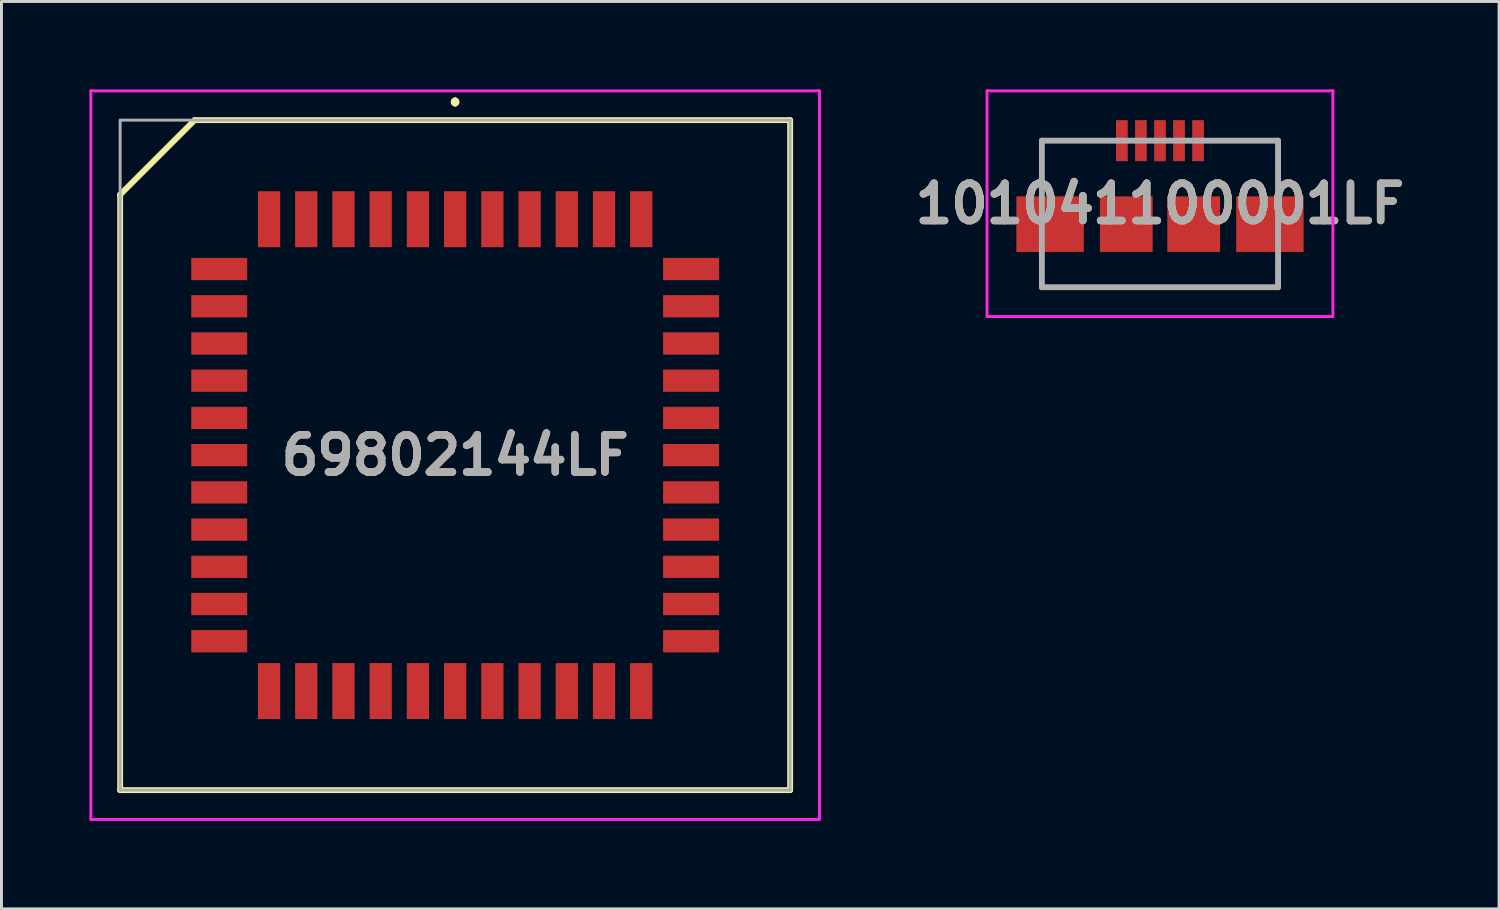
<source format=kicad_pcb>
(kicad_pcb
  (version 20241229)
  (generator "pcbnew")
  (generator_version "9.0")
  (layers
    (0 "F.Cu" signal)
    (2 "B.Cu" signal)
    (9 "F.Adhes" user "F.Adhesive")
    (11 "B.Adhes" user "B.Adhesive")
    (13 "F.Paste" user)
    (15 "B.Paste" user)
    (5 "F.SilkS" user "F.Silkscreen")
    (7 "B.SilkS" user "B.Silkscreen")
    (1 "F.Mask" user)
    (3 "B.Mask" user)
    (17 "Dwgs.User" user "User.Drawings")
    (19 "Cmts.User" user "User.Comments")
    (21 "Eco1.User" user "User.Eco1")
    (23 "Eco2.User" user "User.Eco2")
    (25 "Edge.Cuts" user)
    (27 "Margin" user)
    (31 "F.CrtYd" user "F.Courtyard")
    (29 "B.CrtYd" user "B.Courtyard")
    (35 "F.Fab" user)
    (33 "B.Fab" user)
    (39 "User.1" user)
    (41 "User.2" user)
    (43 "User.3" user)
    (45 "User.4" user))
  (footprint "101041100001LF"
    (layer "F.Cu")
    (at 36.529 4.6)
    (property "Reference" "101041100001LF" (at 0 -0.7 0) (layer "F.SilkS") (effects (font (size 1.27 1.27) (thickness 0.254))))
    (attr smd)
    (fp_line (start -4.03 -2.85) (end -2 -2.85) (stroke (width 0.15) (type solid)) (layer "F.SilkS"))
    (fp_line (start -4.03 -1.35) (end -4.03 -2.85) (stroke (width 0.15) (type solid)) (layer "F.SilkS"))
    (fp_line (start -4.03 1.35) (end -4.03 2.15) (stroke (width 0.15) (type solid)) (layer "F.SilkS"))
    (fp_line (start -4.03 2.15) (end 4.03 2.15) (stroke (width 0.15) (type solid)) (layer "F.SilkS"))
    (fp_line (start 2 -2.85) (end 4.03 -2.85) (stroke (width 0.15) (type solid)) (layer "F.SilkS"))
    (fp_line (start 4.03 -2.85) (end 4.03 -1.35) (stroke (width 0.15) (type solid)) (layer "F.SilkS"))
    (fp_line (start 4.03 2.15) (end 4.03 1.35) (stroke (width 0.15) (type solid)) (layer "F.SilkS"))
    (fp_line (start -5.9 -4.55) (end 5.9 -4.55) (stroke (width 0.1) (type solid)) (layer "F.CrtYd"))
    (fp_line (start -5.9 3.15) (end -5.9 -4.55) (stroke (width 0.1) (type solid)) (layer "F.CrtYd"))
    (fp_line (start 5.9 -4.55) (end 5.9 3.15) (stroke (width 0.1) (type solid)) (layer "F.CrtYd"))
    (fp_line (start 5.9 3.15) (end -5.9 3.15) (stroke (width 0.1) (type solid)) (layer "F.CrtYd"))
    (fp_line (start -4.03 -2.85) (end 4.03 -2.85) (stroke (width 0.2) (type solid)) (layer "F.Fab"))
    (fp_line (start -4.03 2.15) (end -4.03 -2.85) (stroke (width 0.2) (type solid)) (layer "F.Fab"))
    (fp_line (start 4.03 -2.85) (end 4.03 2.15) (stroke (width 0.2) (type solid)) (layer "F.Fab"))
    (fp_line (start 4.03 2.15) (end -4.03 2.15) (stroke (width 0.2) (type solid)) (layer "F.Fab"))
    (fp_text user "${REFERENCE}" (at 0 -0.7 0) (layer "F.Fab") (effects (font (size 1.27 1.27) (thickness 0.254))))
    (pad "1" smd rect (at -1.3 -2.85) (size 0.4 1.4) (layers "F.Cu" "F.Mask" "F.Paste"))
    (pad "2" smd rect (at -0.65 -2.85) (size 0.4 1.4) (layers "F.Cu" "F.Mask" "F.Paste"))
    (pad "3" smd rect (at 0 -2.85) (size 0.4 1.4) (layers "F.Cu" "F.Mask" "F.Paste"))
    (pad "4" smd rect (at 0.65 -2.85) (size 0.4 1.4) (layers "F.Cu" "F.Mask" "F.Paste"))
    (pad "5" smd rect (at 1.3 -2.85) (size 0.4 1.4) (layers "F.Cu" "F.Mask" "F.Paste"))
    (pad "MP1" smd rect (at -3.75 0 90) (size 1.9 2.3) (layers "F.Cu" "F.Mask" "F.Paste"))
    (pad "MP2" smd rect (at -1.15 0) (size 1.8 1.9) (layers "F.Cu" "F.Mask" "F.Paste"))
    (pad "MP3" smd rect (at 1.15 0) (size 1.8 1.9) (layers "F.Cu" "F.Mask" "F.Paste"))
    (pad "MP4" smd rect (at 3.75 0 90) (size 1.9 2.3) (layers "F.Cu" "F.Mask" "F.Paste")))
  (footprint "69802144LF"
    (layer "F.Cu")
    (at 12.48 12.48)
    (property "Reference" "69802144LF" (at 0 0 0) (layer "F.SilkS") (effects (font (size 1.27 1.27) (thickness 0.254))))
    (attr through_hole)
    (fp_line (start -11.43 -8.89) (end -8.89 -11.43) (stroke (width 0.2) (type solid)) (layer "F.SilkS"))
    (fp_line (start -11.43 11.43) (end -11.43 -8.89) (stroke (width 0.2) (type solid)) (layer "F.SilkS"))
    (fp_line (start -8.89 -11.43) (end 11.43 -11.43) (stroke (width 0.2) (type solid)) (layer "F.SilkS"))
    (fp_line (start 0 -12.1) (end 0 -12.1) (stroke (width 0.2) (type solid)) (layer "F.SilkS"))
    (fp_line (start 0 -12.1) (end 0 -12.1) (stroke (width 0.2) (type solid)) (layer "F.SilkS"))
    (fp_line (start 0 -12) (end 0 -12) (stroke (width 0.2) (type solid)) (layer "F.SilkS"))
    (fp_line (start 11.43 -11.43) (end 11.43 11.43) (stroke (width 0.2) (type solid)) (layer "F.SilkS"))
    (fp_line (start 11.43 11.43) (end -11.43 11.43) (stroke (width 0.2) (type solid)) (layer "F.SilkS"))
    (fp_arc (start 0 -12.1) (mid 0.05 -12.05) (end 0 -12) (stroke (width 0.2) (type solid)) (layer "F.SilkS"))
    (fp_arc (start 0 -12) (mid -0.05 -12.05) (end 0 -12.1) (stroke (width 0.2) (type solid)) (layer "F.SilkS"))
    (fp_arc (start 0 -12) (mid -0.05 -12.05) (end 0 -12.1) (stroke (width 0.2) (type solid)) (layer "F.SilkS"))
    (fp_line (start -12.43 -12.43) (end 12.43 -12.43) (stroke (width 0.1) (type solid)) (layer "F.CrtYd"))
    (fp_line (start -12.43 12.43) (end -12.43 -12.43) (stroke (width 0.1) (type solid)) (layer "F.CrtYd"))
    (fp_line (start 12.43 -12.43) (end 12.43 12.43) (stroke (width 0.1) (type solid)) (layer "F.CrtYd"))
    (fp_line (start 12.43 12.43) (end -12.43 12.43) (stroke (width 0.1) (type solid)) (layer "F.CrtYd"))
    (fp_line (start -11.43 -11.43) (end -11.43 11.43) (stroke (width 0.1) (type solid)) (layer "F.Fab"))
    (fp_line (start -11.43 11.43) (end 11.43 11.43) (stroke (width 0.1) (type solid)) (layer "F.Fab"))
    (fp_line (start 11.43 -11.43) (end -11.43 -11.43) (stroke (width 0.1) (type solid)) (layer "F.Fab"))
    (fp_line (start 11.43 11.43) (end 11.43 -11.43) (stroke (width 0.1) (type solid)) (layer "F.Fab"))
    (fp_text user "${REFERENCE}" (at 0 0 0) (layer "F.Fab") (effects (font (size 1.27 1.27) (thickness 0.254))))
    (pad "" np_thru_hole circle (at 10.16 -10.16) (size 0.001 0.001) (drill 1.72) (layers "*.Cu" "*.Mask"))
    (pad "" np_thru_hole circle (at 10.16 10.16) (size 0.001 0.001) (drill 1.72) (layers "*.Cu" "*.Mask"))
    (pad "1" smd rect (at 0 -8.05) (size 0.76 1.91) (layers "F.Cu" "F.Mask" "F.Paste"))
    (pad "2" smd rect (at -1.27 -8.05) (size 0.76 1.91) (layers "F.Cu" "F.Mask" "F.Paste"))
    (pad "3" smd rect (at -2.54 -8.05) (size 0.76 1.91) (layers "F.Cu" "F.Mask" "F.Paste"))
    (pad "4" smd rect (at -3.81 -8.05) (size 0.76 1.91) (layers "F.Cu" "F.Mask" "F.Paste"))
    (pad "5" smd rect (at -5.08 -8.05) (size 0.76 1.91) (layers "F.Cu" "F.Mask" "F.Paste"))
    (pad "6" smd rect (at -6.35 -8.05) (size 0.76 1.91) (layers "F.Cu" "F.Mask" "F.Paste"))
    (pad "7" smd rect (at -8.05 -6.35 90) (size 0.76 1.91) (layers "F.Cu" "F.Mask" "F.Paste"))
    (pad "8" smd rect (at -8.05 -5.08 90) (size 0.76 1.91) (layers "F.Cu" "F.Mask" "F.Paste"))
    (pad "9" smd rect (at -8.05 -3.81 90) (size 0.76 1.91) (layers "F.Cu" "F.Mask" "F.Paste"))
    (pad "10" smd rect (at -8.05 -2.54 90) (size 0.76 1.91) (layers "F.Cu" "F.Mask" "F.Paste"))
    (pad "11" smd rect (at -8.05 -1.27 90) (size 0.76 1.91) (layers "F.Cu" "F.Mask" "F.Paste"))
    (pad "12" smd rect (at -8.05 0 90) (size 0.76 1.91) (layers "F.Cu" "F.Mask" "F.Paste"))
    (pad "13" smd rect (at -8.05 1.27 90) (size 0.76 1.91) (layers "F.Cu" "F.Mask" "F.Paste"))
    (pad "14" smd rect (at -8.05 2.54 90) (size 0.76 1.91) (layers "F.Cu" "F.Mask" "F.Paste"))
    (pad "15" smd rect (at -8.05 3.81 90) (size 0.76 1.91) (layers "F.Cu" "F.Mask" "F.Paste"))
    (pad "16" smd rect (at -8.05 5.08 90) (size 0.76 1.91) (layers "F.Cu" "F.Mask" "F.Paste"))
    (pad "17" smd rect (at -8.05 6.35 90) (size 0.76 1.91) (layers "F.Cu" "F.Mask" "F.Paste"))
    (pad "18" smd rect (at -6.35 8.05) (size 0.76 1.91) (layers "F.Cu" "F.Mask" "F.Paste"))
    (pad "19" smd rect (at -5.08 8.05) (size 0.76 1.91) (layers "F.Cu" "F.Mask" "F.Paste"))
    (pad "20" smd rect (at -3.81 8.05) (size 0.76 1.91) (layers "F.Cu" "F.Mask" "F.Paste"))
    (pad "21" smd rect (at -2.54 8.05) (size 0.76 1.91) (layers "F.Cu" "F.Mask" "F.Paste"))
    (pad "22" smd rect (at -1.27 8.05) (size 0.76 1.91) (layers "F.Cu" "F.Mask" "F.Paste"))
    (pad "23" smd rect (at 0 8.05) (size 0.76 1.91) (layers "F.Cu" "F.Mask" "F.Paste"))
    (pad "24" smd rect (at 1.27 8.05) (size 0.76 1.91) (layers "F.Cu" "F.Mask" "F.Paste"))
    (pad "25" smd rect (at 2.54 8.05) (size 0.76 1.91) (layers "F.Cu" "F.Mask" "F.Paste"))
    (pad "26" smd rect (at 3.81 8.05) (size 0.76 1.91) (layers "F.Cu" "F.Mask" "F.Paste"))
    (pad "27" smd rect (at 5.08 8.05) (size 0.76 1.91) (layers "F.Cu" "F.Mask" "F.Paste"))
    (pad "28" smd rect (at 6.35 8.05) (size 0.76 1.91) (layers "F.Cu" "F.Mask" "F.Paste"))
    (pad "29" smd rect (at 8.05 6.35 90) (size 0.76 1.91) (layers "F.Cu" "F.Mask" "F.Paste"))
    (pad "30" smd rect (at 8.05 5.08 90) (size 0.76 1.91) (layers "F.Cu" "F.Mask" "F.Paste"))
    (pad "31" smd rect (at 8.05 3.81 90) (size 0.76 1.91) (layers "F.Cu" "F.Mask" "F.Paste"))
    (pad "32" smd rect (at 8.05 2.54 90) (size 0.76 1.91) (layers "F.Cu" "F.Mask" "F.Paste"))
    (pad "33" smd rect (at 8.05 1.27 90) (size 0.76 1.91) (layers "F.Cu" "F.Mask" "F.Paste"))
    (pad "34" smd rect (at 8.05 0 90) (size 0.76 1.91) (layers "F.Cu" "F.Mask" "F.Paste"))
    (pad "35" smd rect (at 8.05 -1.27 90) (size 0.76 1.91) (layers "F.Cu" "F.Mask" "F.Paste"))
    (pad "36" smd rect (at 8.05 -2.54 90) (size 0.76 1.91) (layers "F.Cu" "F.Mask" "F.Paste"))
    (pad "37" smd rect (at 8.05 -3.81 90) (size 0.76 1.91) (layers "F.Cu" "F.Mask" "F.Paste"))
    (pad "38" smd rect (at 8.05 -5.08 90) (size 0.76 1.91) (layers "F.Cu" "F.Mask" "F.Paste"))
    (pad "39" smd rect (at 8.05 -6.35 90) (size 0.76 1.91) (layers "F.Cu" "F.Mask" "F.Paste"))
    (pad "40" smd rect (at 6.35 -8.05) (size 0.76 1.91) (layers "F.Cu" "F.Mask" "F.Paste"))
    (pad "41" smd rect (at 5.08 -8.05) (size 0.76 1.91) (layers "F.Cu" "F.Mask" "F.Paste"))
    (pad "42" smd rect (at 3.81 -8.05) (size 0.76 1.91) (layers "F.Cu" "F.Mask" "F.Paste"))
    (pad "43" smd rect (at 2.54 -8.05) (size 0.76 1.91) (layers "F.Cu" "F.Mask" "F.Paste"))
    (pad "44" smd rect (at 1.27 -8.05) (size 0.76 1.91) (layers "F.Cu" "F.Mask" "F.Paste")))
  (gr_rect
    (start -3 -3)
    (end 48.099 27.96)
    (stroke (width 0.1) (type default))
    (fill no)
    (layer "Edge.Cuts")))
</source>
